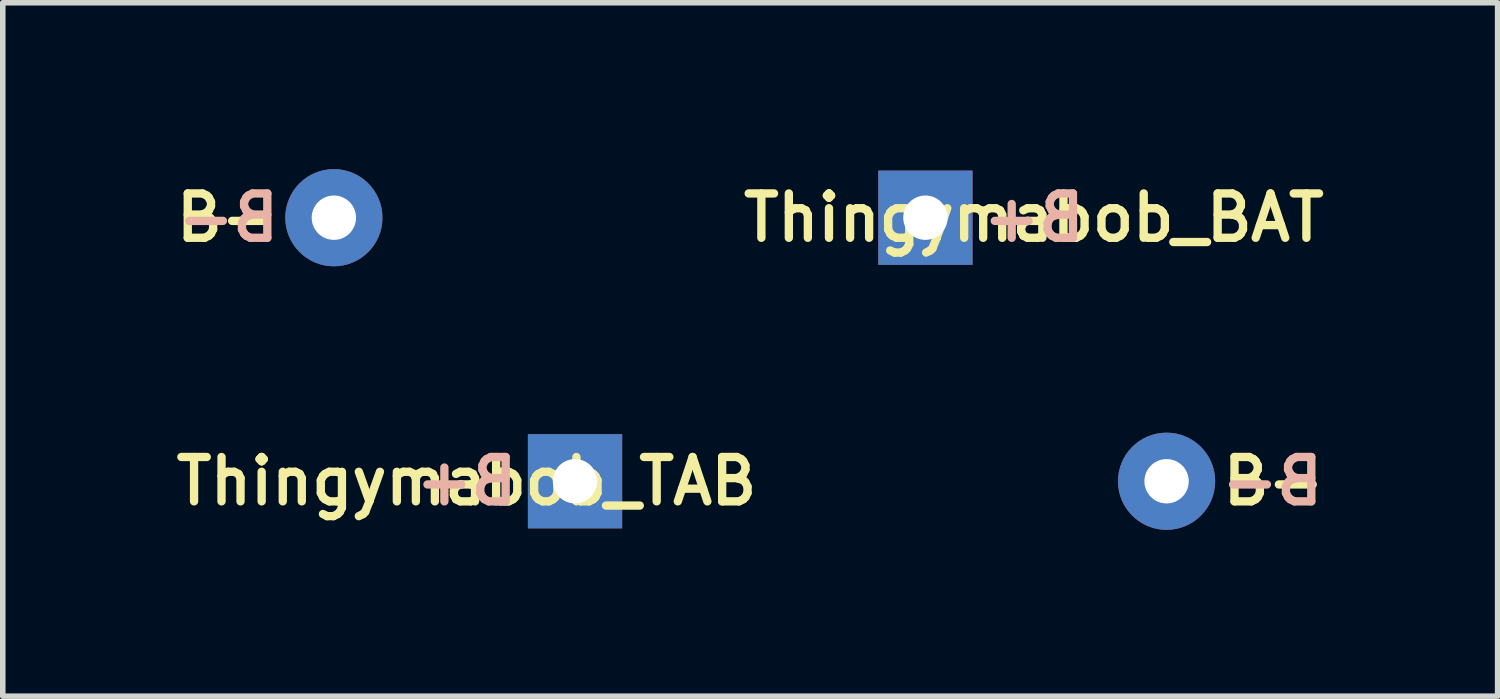
<source format=kicad_pcb>
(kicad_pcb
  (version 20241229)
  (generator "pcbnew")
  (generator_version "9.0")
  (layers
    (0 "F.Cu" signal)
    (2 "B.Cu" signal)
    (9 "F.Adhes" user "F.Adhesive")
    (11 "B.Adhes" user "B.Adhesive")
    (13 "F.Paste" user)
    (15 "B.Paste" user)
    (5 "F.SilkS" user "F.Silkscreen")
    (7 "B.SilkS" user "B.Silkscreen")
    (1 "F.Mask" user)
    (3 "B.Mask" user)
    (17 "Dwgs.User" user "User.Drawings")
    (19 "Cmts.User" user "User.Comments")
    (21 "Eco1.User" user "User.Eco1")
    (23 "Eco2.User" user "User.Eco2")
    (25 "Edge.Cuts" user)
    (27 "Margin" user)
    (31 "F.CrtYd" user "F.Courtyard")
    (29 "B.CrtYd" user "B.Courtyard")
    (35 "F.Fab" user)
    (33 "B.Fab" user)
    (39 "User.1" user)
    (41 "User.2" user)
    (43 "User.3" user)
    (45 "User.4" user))
  (footprint "Thingymabob_BAT"
    (layer "F.Cu")
    (at 8.305 0.876)
    (property "Reference" "Thingymabob_BAT" (at 7.29 0 0) (layer "F.SilkS") (effects (font (size 0.8 0.8) (thickness 0.15) (bold yes))))
    (attr through_hole)
    (fp_text user "B-" (at -7.264 0 0) (unlocked yes) (layer "F.SilkS") (effects (font (size 0.8 0.8) (thickness 0.15) (bold yes))))
    (fp_text user "B-" (at -7.239 0 0) (unlocked yes) (layer "B.SilkS") (effects (font (size 0.8 0.8) (thickness 0.15) (bold yes)) (justify mirror)))
    (fp_text user "B+" (at 7.29 0 0) (unlocked yes) (layer "B.SilkS") (effects (font (size 0.8 0.8) (thickness 0.15)) (justify mirror)))
    (pad "B+" thru_hole rect (at 5.334 0) (size 1.7 1.7) (drill 0.8) (layers "*.Cu" "*.Mask"))
    (pad "B-" thru_hole circle (at -5.334 0) (size 1.753 1.753) (drill 0.8) (layers "*.Cu" "*.Mask")))
  (footprint "Thingymabob_TAB"
    (layer "F.Cu")
    (at 12.654 5.629)
    (property "Reference" "Thingymabob_TAB" (at -7.29 0 0) (layer "F.SilkS") (effects (font (size 0.8 0.8) (thickness 0.15) (bold yes))))
    (attr through_hole)
    (fp_text user "B-" (at 7.264 0 0) (unlocked yes) (layer "F.SilkS") (effects (font (size 0.8 0.8) (thickness 0.15) (bold yes))))
    (fp_text user "B+" (at -7.29 0 0) (unlocked yes) (layer "B.SilkS") (effects (font (size 0.8 0.8) (thickness 0.15)) (justify mirror)))
    (fp_text user "B-" (at 7.239 0 0) (unlocked yes) (layer "B.SilkS") (effects (font (size 0.8 0.8) (thickness 0.15) (bold yes)) (justify mirror)))
    (pad "B+" thru_hole rect (at -5.334 0 180) (size 1.7 1.7) (drill 0.8) (layers "*.Cu" "*.Mask"))
    (pad "B-" thru_hole circle (at 5.334 0 180) (size 1.753 1.753) (drill 0.8) (layers "*.Cu" "*.Mask")))
  (gr_rect
    (start -3 -3)
    (end 23.958 9.505)
    (stroke (width 0.1) (type default))
    (fill no)
    (layer "Edge.Cuts")))
</source>
